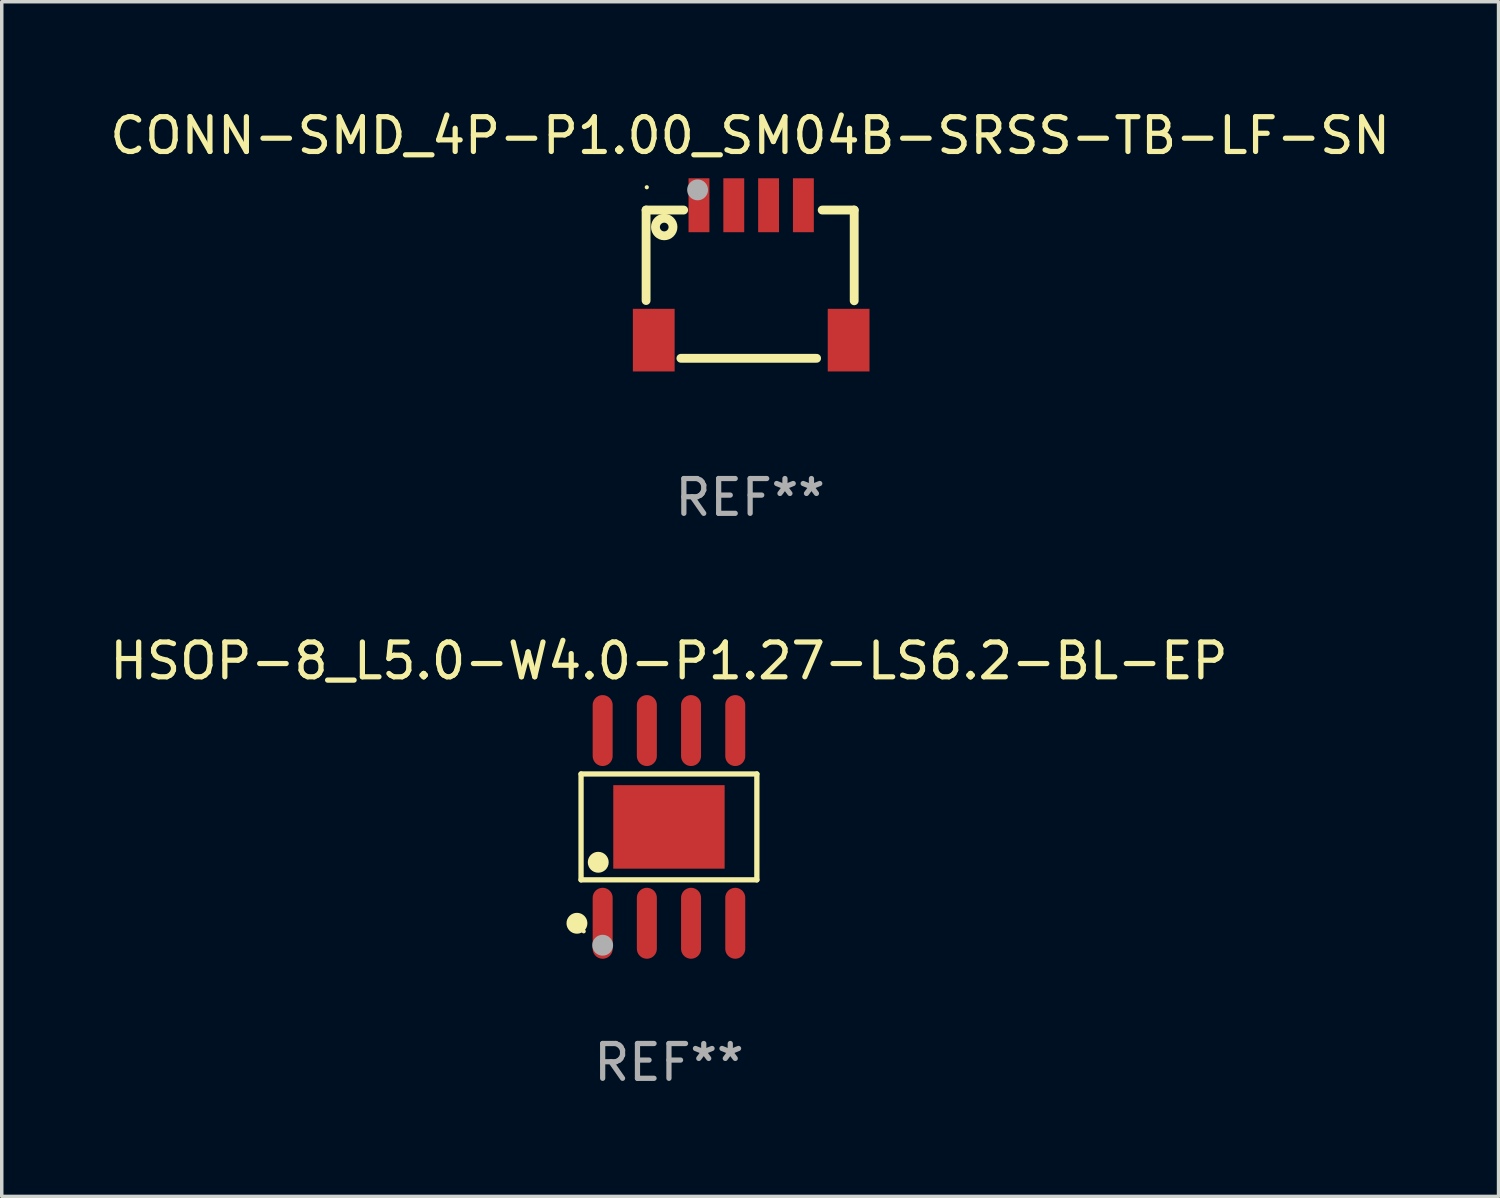
<source format=kicad_pcb>
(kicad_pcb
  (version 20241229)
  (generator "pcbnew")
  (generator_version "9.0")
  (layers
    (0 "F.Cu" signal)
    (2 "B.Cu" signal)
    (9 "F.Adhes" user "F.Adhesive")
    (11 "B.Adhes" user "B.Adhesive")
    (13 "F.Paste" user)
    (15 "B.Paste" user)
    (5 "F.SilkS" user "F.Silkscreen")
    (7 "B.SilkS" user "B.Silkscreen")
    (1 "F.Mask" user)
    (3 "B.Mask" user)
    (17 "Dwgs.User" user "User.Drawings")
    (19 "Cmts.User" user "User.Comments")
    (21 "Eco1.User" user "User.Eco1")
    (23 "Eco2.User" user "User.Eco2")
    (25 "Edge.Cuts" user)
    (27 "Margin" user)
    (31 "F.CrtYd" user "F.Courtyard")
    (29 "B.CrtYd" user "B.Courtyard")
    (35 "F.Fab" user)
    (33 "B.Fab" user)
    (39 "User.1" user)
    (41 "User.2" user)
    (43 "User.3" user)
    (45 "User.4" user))
  (footprint "CONN-SMD_4P-P1.00_SM04B-SRSS-TB-LF-SN"
    (layer "F.Cu")
    (at 18.536 4.786)
    (property "Reference" "CONN-SMD_4P-P1.00_SM04B-SRSS-TB-LF-SN" (at -0.03 -3.938 0) (layer "F.SilkS") (effects (font (size 1 1) (thickness 0.15))))
    (attr smd)
    (fp_line (start -3.02 -1.8) (end -3.02 0.8) (stroke (width 0.254) (type solid)) (layer "F.SilkS"))
    (fp_line (start -2.02 2.46) (end 1.88 2.46) (stroke (width 0.254) (type solid)) (layer "F.SilkS"))
    (fp_line (start -1.94 -1.8) (end -3.02 -1.8) (stroke (width 0.254) (type solid)) (layer "F.SilkS"))
    (fp_line (start 2.04 -1.8) (end 2.96 -1.8) (stroke (width 0.254) (type solid)) (layer "F.SilkS"))
    (fp_line (start 2.96 -1.8) (end 2.96 0.807) (stroke (width 0.254) (type solid)) (layer "F.SilkS"))
    (fp_circle (center -3 -2.455) (end -2.97 -2.455) (stroke (width 0.06) (type solid)) (fill no) (layer "F.SilkS"))
    (fp_circle (center -2.499 -1.312) (end -2.374 -1.312) (stroke (width 0.254) (type solid)) (fill no) (layer "F.SilkS"))
    (fp_circle (center -1.54 -2.38) (end -1.39 -2.38) (stroke (width 0.3) (type solid)) (fill no) (layer "F.Fab"))
    (fp_text user "REF**" (at -0.03 6.46 0) (layer "F.Fab") (effects (font (size 1 1) (thickness 0.15))))
    (pad "1" smd rect (at -1.5 -1.938) (size 0.6 1.55) (layers "F.Cu" "F.Mask" "F.Paste"))
    (pad "2" smd rect (at -0.5 -1.938) (size 0.6 1.55) (layers "F.Cu" "F.Mask" "F.Paste"))
    (pad "3" smd rect (at 0.5 -1.938) (size 0.6 1.55) (layers "F.Cu" "F.Mask" "F.Paste"))
    (pad "4" smd rect (at 1.5 -1.938) (size 0.6 1.55) (layers "F.Cu" "F.Mask" "F.Paste"))
    (pad "5" smd rect (at 2.8 1.938) (size 1.2 1.8) (layers "F.Cu" "F.Mask" "F.Paste"))
    (pad "6" smd rect (at -2.8 1.938) (size 1.2 1.8) (layers "F.Cu" "F.Mask" "F.Paste")))
  (footprint "HSOP-8_L5.0-W4.0-P1.27-LS6.2-BL-EP"
    (layer "F.Cu")
    (at 16.173 20.712)
    (property "Reference" "HSOP-8_L5.0-W4.0-P1.27-LS6.2-BL-EP" (at 0 -4.769 0) (layer "F.SilkS") (effects (font (size 1 1) (thickness 0.15))))
    (attr smd)
    (fp_line (start -2.526 -1.521) (end 2.526 -1.521) (stroke (width 0.152) (type solid)) (layer "F.SilkS"))
    (fp_line (start -2.526 1.521) (end -2.526 -1.521) (stroke (width 0.152) (type solid)) (layer "F.SilkS"))
    (fp_line (start 2.526 -1.521) (end 2.526 1.521) (stroke (width 0.152) (type solid)) (layer "F.SilkS"))
    (fp_line (start 2.526 1.521) (end -2.526 1.521) (stroke (width 0.152) (type solid)) (layer "F.SilkS"))
    (fp_circle (center -2.644 2.769) (end -2.494 2.769) (stroke (width 0.3) (type solid)) (fill no) (layer "F.SilkS"))
    (fp_circle (center -2.45 3) (end -2.42 3) (stroke (width 0.06) (type solid)) (fill no) (layer "F.SilkS"))
    (fp_circle (center -2.032 1.016) (end -1.882 1.016) (stroke (width 0.3) (type solid)) (fill no) (layer "F.SilkS"))
    (fp_circle (center -1.905 3.4) (end -1.755 3.4) (stroke (width 0.3) (type solid)) (fill no) (layer "F.Fab"))
    (fp_text user "REF**" (at 0 6.769 0) (layer "F.Fab") (effects (font (size 1 1) (thickness 0.15))))
    (pad "1" smd oval (at -1.905 2.769) (size 0.574 2.038) (layers "F.Cu" "F.Mask" "F.Paste"))
    (pad "2" smd oval (at -0.635 2.769) (size 0.574 2.038) (layers "F.Cu" "F.Mask" "F.Paste"))
    (pad "3" smd oval (at 0.635 2.769) (size 0.574 2.038) (layers "F.Cu" "F.Mask" "F.Paste"))
    (pad "4" smd oval (at 1.905 2.769) (size 0.574 2.038) (layers "F.Cu" "F.Mask" "F.Paste"))
    (pad "5" smd oval (at 1.905 -2.769) (size 0.574 2.038) (layers "F.Cu" "F.Mask" "F.Paste"))
    (pad "6" smd oval (at 0.635 -2.769) (size 0.574 2.038) (layers "F.Cu" "F.Mask" "F.Paste"))
    (pad "7" smd oval (at -0.635 -2.769) (size 0.574 2.038) (layers "F.Cu" "F.Mask" "F.Paste"))
    (pad "8" smd oval (at -1.905 -2.769) (size 0.574 2.038) (layers "F.Cu" "F.Mask" "F.Paste"))
    (pad "9" smd rect (at 0 0) (size 3.2 2.4) (layers "F.Cu" "F.Mask" "F.Paste")))
  (gr_rect
    (start -3 -3)
    (end 40.012 31.329)
    (stroke (width 0.1) (type default))
    (fill no)
    (layer "Edge.Cuts")))
</source>
